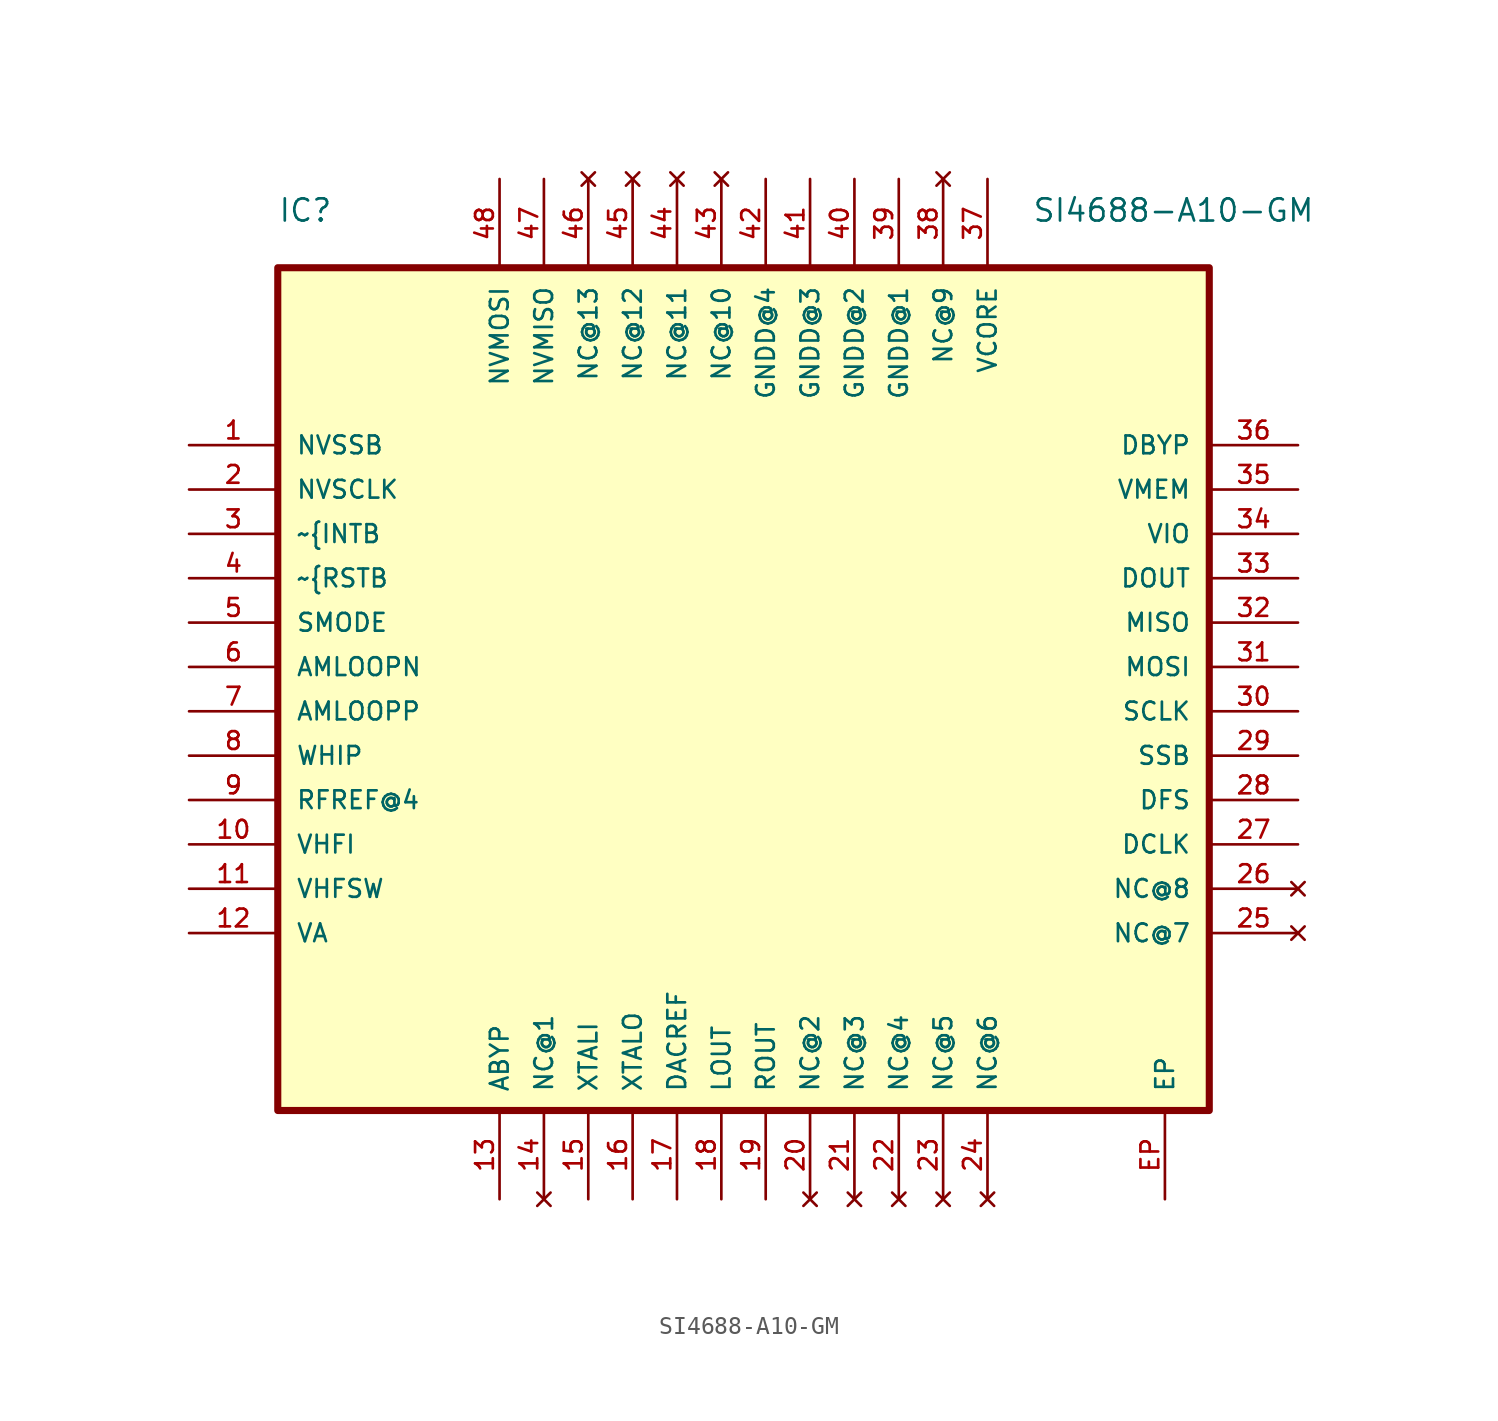
<source format=kicad_sym>
(kicad_symbol_lib
  (version 20211014)
  (generator kicad_symbol_editor)
  (symbol "SI4688-A10-GM"
    (pin_names
      (offset 1.016))
    (property "Reference" "IC"
      (at -27.94 27.94 0)
      (effects (font (size 1.27 1.27)) (justify bottom left)))
    (property "Value" "SI4688-A10-GM"
      (at 15.24 27.94 0)
      (effects (font (size 1.27 1.27)) (justify bottom left)))
    (symbol "SI4688-A10-GM_0_0"
      (rectangle (start -27.94 -22.86) (end 25.4 25.4) (stroke (width 0.406)) (fill (type background)))
      (pin power_in line (at -15.24 -27.94 90.0) (length 5.08) (name "ABYP" (effects (font (size 1.016 1.016)))) (number "13" (effects (font (size 1.016 1.016)))))
      (pin power_in line (at -33.02 2.54 0) (length 5.08) (name "AMLOOPN" (effects (font (size 1.016 1.016)))) (number "6" (effects (font (size 1.016 1.016)))))
      (pin power_in line (at -33.02 0.0 0) (length 5.08) (name "AMLOOPP" (effects (font (size 1.016 1.016)))) (number "7" (effects (font (size 1.016 1.016)))))
      (pin power_in line (at -5.08 -27.94 90.0) (length 5.08) (name "DACREF" (effects (font (size 1.016 1.016)))) (number "17" (effects (font (size 1.016 1.016)))))
      (pin power_in line (at 30.48 15.24 180.0) (length 5.08) (name "DBYP" (effects (font (size 1.016 1.016)))) (number "36" (effects (font (size 1.016 1.016)))))
      (pin bidirectional line (at 30.48 -7.62 180.0) (length 5.08) (name "DCLK" (effects (font (size 1.016 1.016)))) (number "27" (effects (font (size 1.016 1.016)))))
      (pin bidirectional line (at 30.48 -5.08 180.0) (length 5.08) (name "DFS" (effects (font (size 1.016 1.016)))) (number "28" (effects (font (size 1.016 1.016)))))
      (pin output line (at 30.48 7.62 180.0) (length 5.08) (name "DOUT" (effects (font (size 1.016 1.016)))) (number "33" (effects (font (size 1.016 1.016)))))
      (pin bidirectional line (at 22.86 -27.94 90.0) (length 5.08) (name "EP" (effects (font (size 1.016 1.016)))) (number "EP" (effects (font (size 1.016 1.016)))))
      (pin power_in line (at 7.62 30.48 270.0) (length 5.08) (name "GNDD@1" (effects (font (size 1.016 1.016)))) (number "39" (effects (font (size 1.016 1.016)))))
      (pin power_in line (at 5.08 30.48 270.0) (length 5.08) (name "GNDD@2" (effects (font (size 1.016 1.016)))) (number "40" (effects (font (size 1.016 1.016)))))
      (pin power_in line (at 2.54 30.48 270.0) (length 5.08) (name "GNDD@3" (effects (font (size 1.016 1.016)))) (number "41" (effects (font (size 1.016 1.016)))))
      (pin power_in line (at 0.0 30.48 270.0) (length 5.08) (name "GNDD@4" (effects (font (size 1.016 1.016)))) (number "42" (effects (font (size 1.016 1.016)))))
      (pin output line (at -33.02 10.16 0) (length 5.08) (name "~{INTB~{}" (effects (font (size 1.016 1.016)))) (number "3" (effects (font (size 1.016 1.016)))))
      (pin output line (at -2.54 -27.94 90.0) (length 5.08) (name "LOUT" (effects (font (size 1.016 1.016)))) (number "18" (effects (font (size 1.016 1.016)))))
      (pin bidirectional line (at 30.48 5.08 180.0) (length 5.08) (name "MISO" (effects (font (size 1.016 1.016)))) (number "32" (effects (font (size 1.016 1.016)))))
      (pin bidirectional line (at 30.48 2.54 180.0) (length 5.08) (name "MOSI" (effects (font (size 1.016 1.016)))) (number "31" (effects (font (size 1.016 1.016)))))
      (pin no_connect line (at -12.7 -27.94 90.0) (length 5.08) (name "NC@1" (effects (font (size 1.016 1.016)))) (number "14" (effects (font (size 1.016 1.016)))))
      (pin no_connect line (at 2.54 -27.94 90.0) (length 5.08) (name "NC@2" (effects (font (size 1.016 1.016)))) (number "20" (effects (font (size 1.016 1.016)))))
      (pin no_connect line (at 5.08 -27.94 90.0) (length 5.08) (name "NC@3" (effects (font (size 1.016 1.016)))) (number "21" (effects (font (size 1.016 1.016)))))
      (pin no_connect line (at 7.62 -27.94 90.0) (length 5.08) (name "NC@4" (effects (font (size 1.016 1.016)))) (number "22" (effects (font (size 1.016 1.016)))))
      (pin no_connect line (at 10.16 -27.94 90.0) (length 5.08) (name "NC@5" (effects (font (size 1.016 1.016)))) (number "23" (effects (font (size 1.016 1.016)))))
      (pin no_connect line (at 12.7 -27.94 90.0) (length 5.08) (name "NC@6" (effects (font (size 1.016 1.016)))) (number "24" (effects (font (size 1.016 1.016)))))
      (pin no_connect line (at 30.48 -12.7 180.0) (length 5.08) (name "NC@7" (effects (font (size 1.016 1.016)))) (number "25" (effects (font (size 1.016 1.016)))))
      (pin no_connect line (at 30.48 -10.16 180.0) (length 5.08) (name "NC@8" (effects (font (size 1.016 1.016)))) (number "26" (effects (font (size 1.016 1.016)))))
      (pin no_connect line (at 10.16 30.48 270.0) (length 5.08) (name "NC@9" (effects (font (size 1.016 1.016)))) (number "38" (effects (font (size 1.016 1.016)))))
      (pin no_connect line (at -2.54 30.48 270.0) (length 5.08) (name "NC@10" (effects (font (size 1.016 1.016)))) (number "43" (effects (font (size 1.016 1.016)))))
      (pin no_connect line (at -5.08 30.48 270.0) (length 5.08) (name "NC@11" (effects (font (size 1.016 1.016)))) (number "44" (effects (font (size 1.016 1.016)))))
      (pin no_connect line (at -7.62 30.48 270.0) (length 5.08) (name "NC@12" (effects (font (size 1.016 1.016)))) (number "45" (effects (font (size 1.016 1.016)))))
      (pin no_connect line (at -10.16 30.48 270.0) (length 5.08) (name "NC@13" (effects (font (size 1.016 1.016)))) (number "46" (effects (font (size 1.016 1.016)))))
      (pin input line (at -12.7 30.48 270.0) (length 5.08) (name "NVMISO" (effects (font (size 1.016 1.016)))) (number "47" (effects (font (size 1.016 1.016)))))
      (pin output line (at -15.24 30.48 270.0) (length 5.08) (name "NVMOSI" (effects (font (size 1.016 1.016)))) (number "48" (effects (font (size 1.016 1.016)))))
      (pin output line (at -33.02 12.7 0) (length 5.08) (name "NVSCLK" (effects (font (size 1.016 1.016)))) (number "2" (effects (font (size 1.016 1.016)))))
      (pin output line (at -33.02 15.24 0) (length 5.08) (name "NVSSB" (effects (font (size 1.016 1.016)))) (number "1" (effects (font (size 1.016 1.016)))))
      (pin power_in line (at -33.02 -5.08 0) (length 5.08) (name "RFREF@4" (effects (font (size 1.016 1.016)))) (number "9" (effects (font (size 1.016 1.016)))))
      (pin output line (at 0.0 -27.94 90.0) (length 5.08) (name "ROUT" (effects (font (size 1.016 1.016)))) (number "19" (effects (font (size 1.016 1.016)))))
      (pin input line (at -33.02 7.62 0) (length 5.08) (name "~{RSTB~{}" (effects (font (size 1.016 1.016)))) (number "4" (effects (font (size 1.016 1.016)))))
      (pin input line (at 30.48 0.0 180.0) (length 5.08) (name "SCLK" (effects (font (size 1.016 1.016)))) (number "30" (effects (font (size 1.016 1.016)))))
      (pin input line (at -33.02 5.08 0) (length 5.08) (name "SMODE" (effects (font (size 1.016 1.016)))) (number "5" (effects (font (size 1.016 1.016)))))
      (pin input line (at 30.48 -2.54 180.0) (length 5.08) (name "SSB" (effects (font (size 1.016 1.016)))) (number "29" (effects (font (size 1.016 1.016)))))
      (pin power_in line (at -33.02 -12.7 0) (length 5.08) (name "VA" (effects (font (size 1.016 1.016)))) (number "12" (effects (font (size 1.016 1.016)))))
      (pin power_in line (at 12.7 30.48 270.0) (length 5.08) (name "VCORE" (effects (font (size 1.016 1.016)))) (number "37" (effects (font (size 1.016 1.016)))))
      (pin input line (at -33.02 -7.62 0) (length 5.08) (name "VHFI" (effects (font (size 1.016 1.016)))) (number "10" (effects (font (size 1.016 1.016)))))
      (pin output line (at -33.02 -10.16 0) (length 5.08) (name "VHFSW" (effects (font (size 1.016 1.016)))) (number "11" (effects (font (size 1.016 1.016)))))
      (pin power_in line (at 30.48 10.16 180.0) (length 5.08) (name "VIO" (effects (font (size 1.016 1.016)))) (number "34" (effects (font (size 1.016 1.016)))))
      (pin power_in line (at 30.48 12.7 180.0) (length 5.08) (name "VMEM" (effects (font (size 1.016 1.016)))) (number "35" (effects (font (size 1.016 1.016)))))
      (pin power_in line (at -33.02 -2.54 0) (length 5.08) (name "WHIP" (effects (font (size 1.016 1.016)))) (number "8" (effects (font (size 1.016 1.016)))))
      (pin input line (at -10.16 -27.94 90.0) (length 5.08) (name "XTALI" (effects (font (size 1.016 1.016)))) (number "15" (effects (font (size 1.016 1.016)))))
      (pin output line (at -7.62 -27.94 90.0) (length 5.08) (name "XTALO" (effects (font (size 1.016 1.016)))) (number "16" (effects (font (size 1.016 1.016))))))))
</source>
